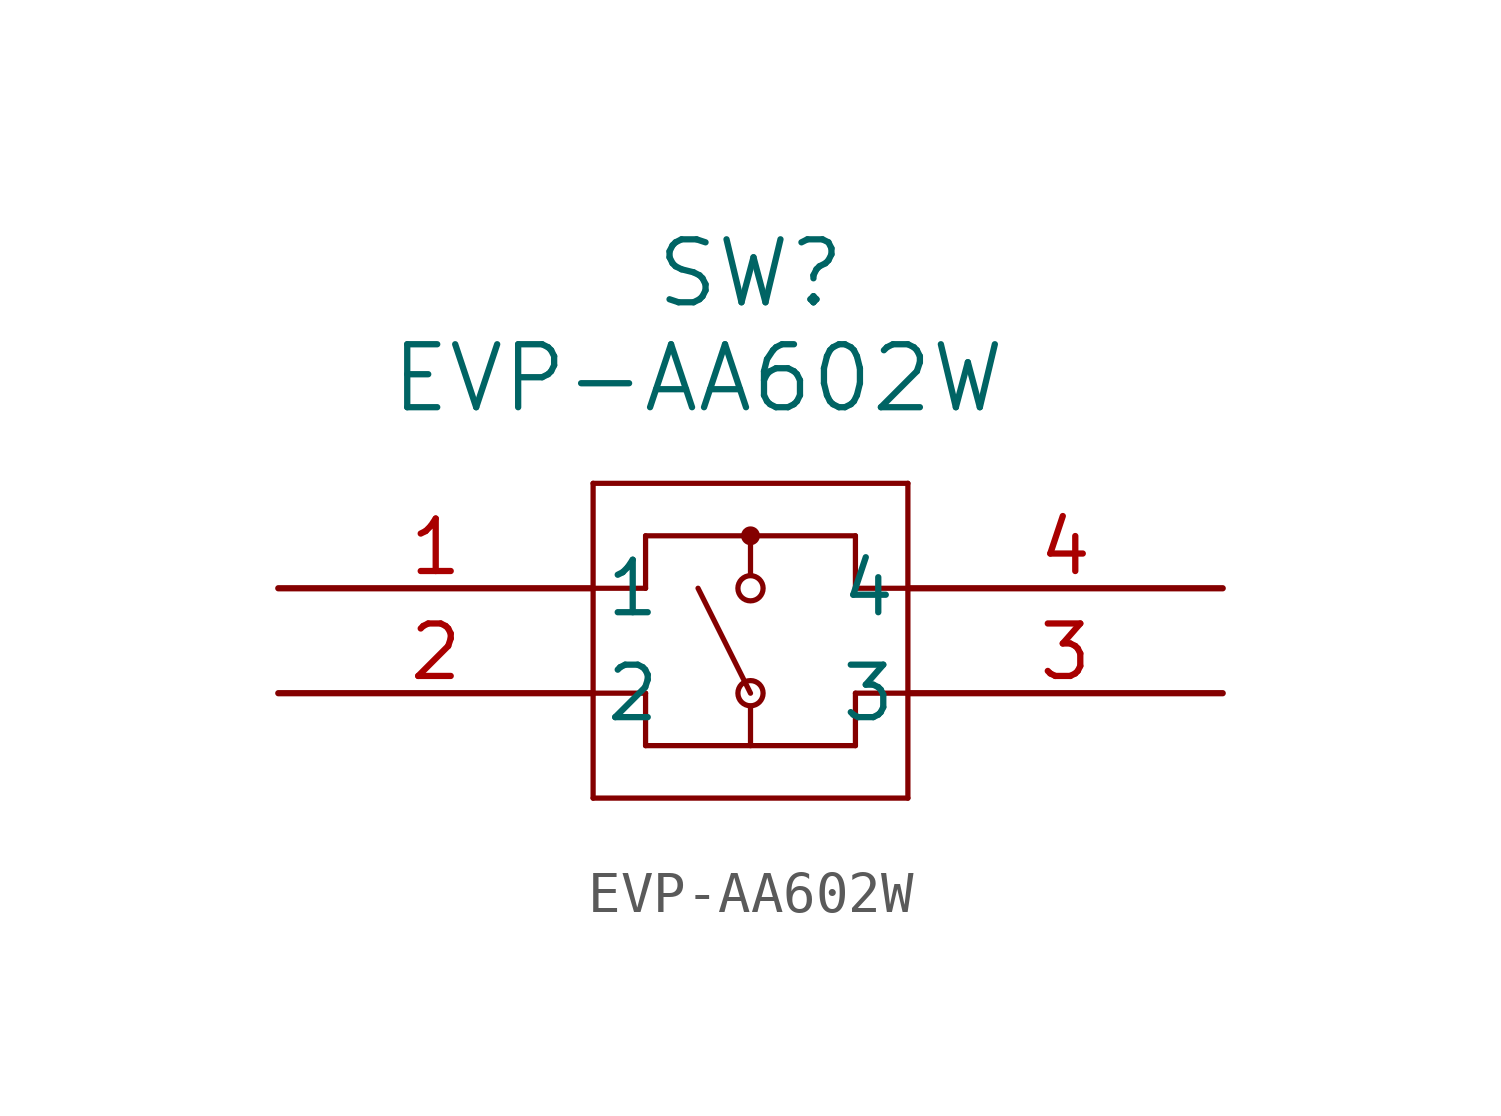
<source format=kicad_sym>
(kicad_symbol_lib
  (version 20211014)
  (generator kicad_symbol_editor)
  (symbol "EVP-AA602W"
    (pin_names
      (offset 0.254))
    (property "Reference" "SW"
      (at 11.43 7.62 0)
      (effects (font (size 1.524 1.524))))
    (property "Value" "EVP-AA602W"
      (at 10.16 5.08 0)
      (effects (font (size 1.524 1.524))))
    (symbol "EVP-AA602W_0_1"
      (polyline (pts (xy 7.62 2.54) (xy 7.62 -5.08)) (stroke (width 0.127) (type default) (color 0 0 0 0)) (fill (type none)))
      (polyline (pts (xy 7.62 -5.08) (xy 15.24 -5.08)) (stroke (width 0.127) (type default) (color 0 0 0 0)) (fill (type none)))
      (polyline (pts (xy 15.24 -5.08) (xy 15.24 2.54)) (stroke (width 0.127) (type default) (color 0 0 0 0)) (fill (type none)))
      (polyline (pts (xy 15.24 2.54) (xy 7.62 2.54)) (stroke (width 0.127) (type default) (color 0 0 0 0)) (fill (type none)))
      (polyline (pts (xy 8.89 1.27) (xy 8.89 0)) (stroke (width 0.127) (type default) (color 0 0 0 0)) (fill (type none)))
      (polyline (pts (xy 8.89 -3.81) (xy 13.97 -3.81)) (stroke (width 0.127) (type default) (color 0 0 0 0)) (fill (type none)))
      (polyline (pts (xy 13.97 0) (xy 15.24 0)) (stroke (width 0.127) (type default) (color 0 0 0 0)) (fill (type none)))
      (polyline (pts (xy 7.62 0) (xy 8.89 0)) (stroke (width 0.127) (type default) (color 0 0 0 0)) (fill (type none)))
      (polyline (pts (xy 13.97 1.27) (xy 8.89 1.27)) (stroke (width 0.127) (type default) (color 0 0 0 0)) (fill (type none)))
      (polyline (pts (xy 13.97 0) (xy 13.97 1.27)) (stroke (width 0.127) (type default) (color 0 0 0 0)) (fill (type none)))
      (polyline (pts (xy 11.43 -3.81) (xy 11.43 -2.857)) (stroke (width 0.127) (type default) (color 0 0 0 0)) (fill (type none)))
      (polyline (pts (xy 11.43 0.318) (xy 11.43 1.27)) (stroke (width 0.127) (type default) (color 0 0 0 0)) (fill (type none)))
      (circle (center 11.43 -2.54) (radius 0.305) (stroke (width 0.127) (type default) (color 0 0 0 0)) (fill (type none)))
      (circle (center 11.43 0) (radius 0.305) (stroke (width 0.127) (type default) (color 0 0 0 0)) (fill (type none)))
      (circle (center 11.43 1.27) (radius 0.127) (stroke (width 0.203) (type default) (color 0 0 0 0)) (fill (type none)))
      (polyline (pts (xy 7.62 -2.54) (xy 8.89 -2.54)) (stroke (width 0.127) (type default) (color 0 0 0 0)) (fill (type none)))
      (polyline (pts (xy 8.89 -2.54) (xy 8.89 -3.81)) (stroke (width 0.127) (type default) (color 0 0 0 0)) (fill (type none)))
      (polyline (pts (xy 13.97 -3.81) (xy 13.97 -2.54)) (stroke (width 0.127) (type default) (color 0 0 0 0)) (fill (type none)))
      (polyline (pts (xy 13.97 -2.54) (xy 15.24 -2.54)) (stroke (width 0.127) (type default) (color 0 0 0 0)) (fill (type none)))
      (polyline (pts (xy 11.43 -2.54) (xy 10.16 0)) (stroke (width 0.127) (type default) (color 0 0 0 0)) (fill (type none)))
      (pin unspecified line (at 0 0 0) (length 7.62) (name "1" (effects (font (size 1.27 1.27)))) (number "1" (effects (font (size 1.27 1.27)))))
      (pin unspecified line (at 0 -2.54 0) (length 7.62) (name "2" (effects (font (size 1.27 1.27)))) (number "2" (effects (font (size 1.27 1.27)))))
      (pin unspecified line (at 22.86 -2.54 180) (length 7.62) (name "3" (effects (font (size 1.27 1.27)))) (number "3" (effects (font (size 1.27 1.27)))))
      (pin unspecified line (at 22.86 0 180) (length 7.62) (name "4" (effects (font (size 1.27 1.27)))) (number "4" (effects (font (size 1.27 1.27))))))))
</source>
